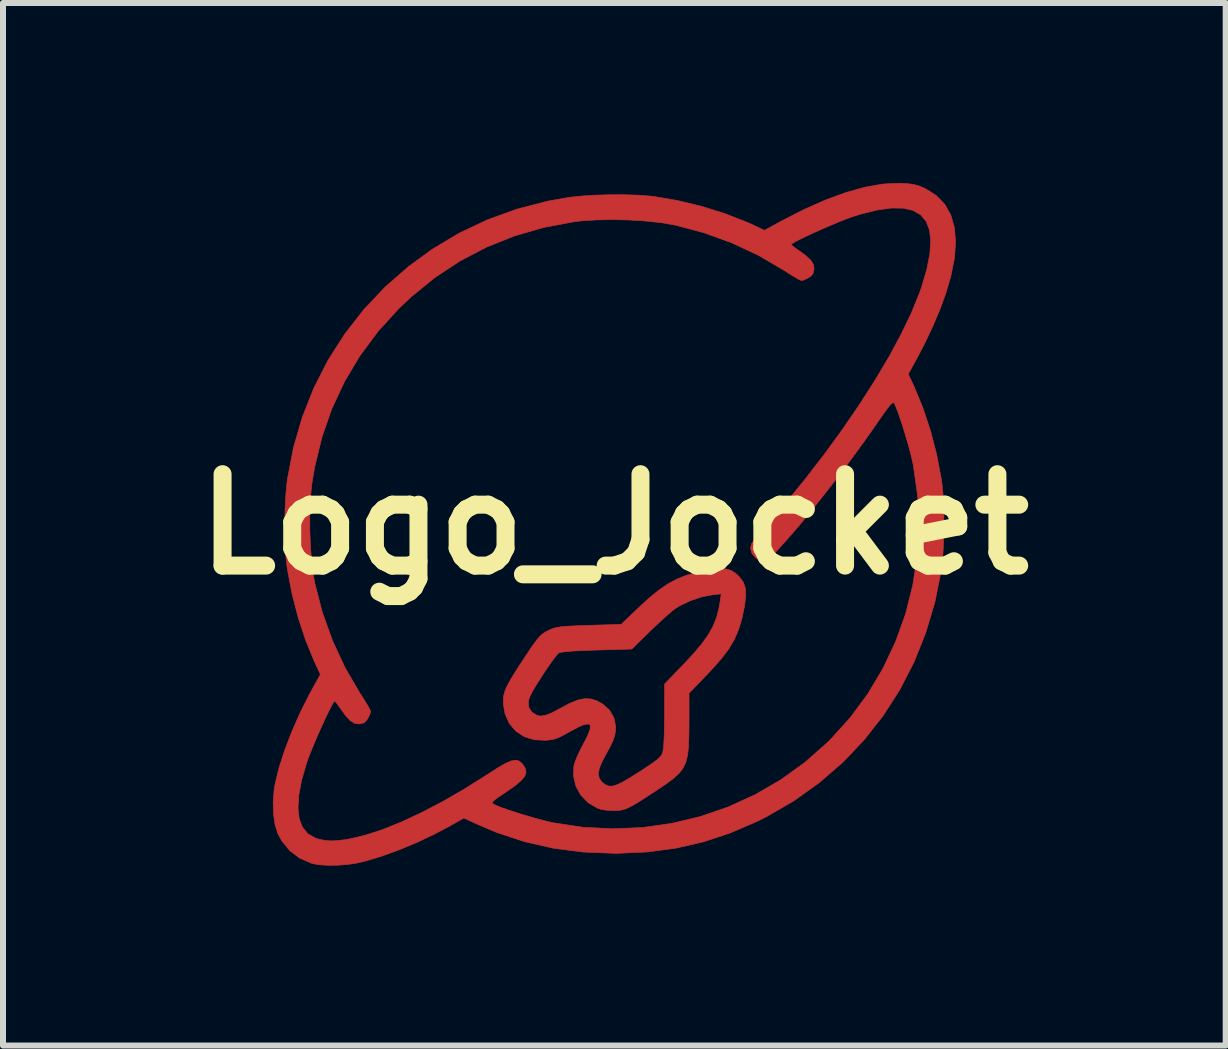
<source format=kicad_pcb>
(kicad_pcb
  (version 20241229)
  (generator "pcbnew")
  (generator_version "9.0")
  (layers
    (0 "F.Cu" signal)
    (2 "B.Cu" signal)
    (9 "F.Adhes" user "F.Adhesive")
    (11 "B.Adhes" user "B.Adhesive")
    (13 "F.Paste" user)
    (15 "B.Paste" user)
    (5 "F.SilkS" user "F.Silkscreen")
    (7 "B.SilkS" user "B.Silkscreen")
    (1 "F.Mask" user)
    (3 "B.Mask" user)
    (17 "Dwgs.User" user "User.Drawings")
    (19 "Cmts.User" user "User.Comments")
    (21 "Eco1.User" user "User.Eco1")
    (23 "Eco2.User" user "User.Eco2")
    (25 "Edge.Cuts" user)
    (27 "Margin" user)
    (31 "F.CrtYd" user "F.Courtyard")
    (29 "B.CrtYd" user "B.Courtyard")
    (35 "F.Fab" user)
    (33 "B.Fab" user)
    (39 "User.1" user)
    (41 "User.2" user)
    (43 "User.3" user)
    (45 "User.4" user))
  (footprint "Logo_Jocket"
    (layer "F.Cu")
    (at 7.192 5.69)
    (property "Reference" "Logo_Jocket" (at 0 0 0) (layer "F.SilkS") (effects (font (size 1.524 1.524) (thickness 0.3))))
    (attr through_hole)
    (fp_poly (pts (xy 1.864 0.746) (xy 1.948 0.771) (xy 2.023 0.819) (xy 2.087 0.88) (xy 2.15 0.966) (xy 2.184 1.065) (xy 2.191 1.188) (xy 2.173 1.345) (xy 2.171 1.361) (xy 2.127 1.571) (xy 2.072 1.754) (xy 2.001 1.92) (xy 1.907 2.079) (xy 1.784 2.241) (xy 1.628 2.418) (xy 1.556 2.494) (xy 1.245 2.816) (xy 1.245 3.309) (xy 1.243 3.529) (xy 1.237 3.707) (xy 1.221 3.85) (xy 1.192 3.966) (xy 1.147 4.063) (xy 1.081 4.15) (xy 0.991 4.233) (xy 0.873 4.322) (xy 0.722 4.423) (xy 0.705 4.435) (xy 0.541 4.542) (xy 0.413 4.624) (xy 0.312 4.684) (xy 0.232 4.726) (xy 0.165 4.752) (xy 0.105 4.767) (xy 0.045 4.773) (xy -0.023 4.774) (xy -0.126 4.768) (xy -0.222 4.752) (xy -0.278 4.735) (xy -0.437 4.641) (xy -0.56 4.515) (xy -0.642 4.365) (xy -0.681 4.195) (xy -0.675 4.032) (xy -0.656 3.964) (xy -0.617 3.866) (xy -0.564 3.754) (xy -0.52 3.67) (xy -0.447 3.528) (xy -0.406 3.425) (xy -0.399 3.359) (xy -0.427 3.33) (xy -0.491 3.336) (xy -0.592 3.376) (xy -0.731 3.45) (xy -0.748 3.459) (xy -0.86 3.521) (xy -0.944 3.562) (xy -1.017 3.585) (xy -1.093 3.597) (xy -1.151 3.602) (xy -1.34 3.592) (xy -1.506 3.539) (xy -1.644 3.447) (xy -1.751 3.321) (xy -1.821 3.163) (xy -1.848 3.013) (xy -1.849 2.98) (xy -1.434 2.98) (xy -1.423 3.062) (xy -1.381 3.123) (xy -1.363 3.14) (xy -1.298 3.182) (xy -1.228 3.198) (xy -1.143 3.184) (xy -1.036 3.141) (xy -0.913 3.075) (xy -0.746 2.987) (xy -0.609 2.931) (xy -0.492 2.907) (xy -0.386 2.913) (xy -0.283 2.948) (xy -0.195 2.997) (xy -0.081 3.098) (xy -0.007 3.226) (xy 0.022 3.374) (xy 0.02 3.438) (xy 0.007 3.518) (xy -0.022 3.606) (xy -0.073 3.713) (xy -0.127 3.811) (xy -0.205 3.958) (xy -0.252 4.074) (xy -0.267 4.164) (xy -0.252 4.236) (xy -0.209 4.295) (xy -0.195 4.308) (xy -0.143 4.346) (xy -0.09 4.366) (xy -0.031 4.366) (xy 0.043 4.344) (xy 0.138 4.298) (xy 0.261 4.227) (xy 0.409 4.133) (xy 0.547 4.043) (xy 0.648 3.974) (xy 0.718 3.921) (xy 0.763 3.878) (xy 0.791 3.841) (xy 0.805 3.809) (xy 0.817 3.746) (xy 0.826 3.635) (xy 0.833 3.479) (xy 0.836 3.282) (xy 0.837 3.192) (xy 0.838 2.663) (xy 1.145 2.345) (xy 1.319 2.159) (xy 1.457 1.995) (xy 1.564 1.846) (xy 1.644 1.704) (xy 1.702 1.561) (xy 1.742 1.408) (xy 1.764 1.285) (xy 1.782 1.161) (xy 1.63 1.177) (xy 1.456 1.211) (xy 1.27 1.273) (xy 1.098 1.354) (xy 1.022 1.401) (xy 0.962 1.447) (xy 0.876 1.521) (xy 0.773 1.614) (xy 0.661 1.719) (xy 0.596 1.781) (xy 0.291 2.08) (xy -0.293 2.097) (xy -0.515 2.105) (xy -0.688 2.114) (xy -0.814 2.124) (xy -0.894 2.135) (xy -0.928 2.146) (xy -0.959 2.178) (xy -1.011 2.244) (xy -1.078 2.338) (xy -1.155 2.45) (xy -1.207 2.53) (xy -1.295 2.668) (xy -1.358 2.773) (xy -1.399 2.851) (xy -1.423 2.91) (xy -1.433 2.958) (xy -1.434 2.98) (xy -1.849 2.98) (xy -1.851 2.937) (xy -1.846 2.867) (xy -1.829 2.796) (xy -1.797 2.716) (xy -1.747 2.62) (xy -1.676 2.501) (xy -1.581 2.352) (xy -1.517 2.255) (xy -1.421 2.109) (xy -1.346 2) (xy -1.286 1.92) (xy -1.236 1.863) (xy -1.189 1.822) (xy -1.139 1.79) (xy -1.081 1.762) (xy -1.061 1.753) (xy -1.014 1.735) (xy -0.961 1.721) (xy -0.894 1.71) (xy -0.805 1.701) (xy -0.685 1.695) (xy -0.527 1.688) (xy -0.414 1.685) (xy 0.114 1.669) (xy 0.389 1.406) (xy 0.575 1.234) (xy 0.741 1.099) (xy 0.895 0.993) (xy 1.048 0.912) (xy 1.207 0.849) (xy 1.384 0.801) (xy 1.453 0.786) (xy 1.625 0.754) (xy 1.759 0.74) (xy 1.864 0.746)) (stroke (width 0.01) (type solid)) (fill yes) (layer "F.Cu"))
    (fp_poly (pts (xy 4.779 -5.684) (xy 4.906 -5.676) (xy 5 -5.662) (xy 5.08 -5.64) (xy 5.163 -5.605) (xy 5.191 -5.592) (xy 5.37 -5.478) (xy 5.51 -5.332) (xy 5.609 -5.156) (xy 5.669 -4.947) (xy 5.689 -4.708) (xy 5.67 -4.438) (xy 5.61 -4.136) (xy 5.525 -3.847) (xy 5.429 -3.584) (xy 5.308 -3.298) (xy 5.171 -3.009) (xy 5.045 -2.767) (xy 4.9 -2.503) (xy 5.001 -2.287) (xy 5.145 -1.936) (xy 5.272 -1.554) (xy 5.375 -1.155) (xy 5.45 -0.758) (xy 5.464 -0.66) (xy 5.48 -0.494) (xy 5.49 -0.292) (xy 5.494 -0.069) (xy 5.492 0.162) (xy 5.484 0.385) (xy 5.471 0.587) (xy 5.453 0.753) (xy 5.451 0.765) (xy 5.344 1.297) (xy 5.192 1.807) (xy 4.998 2.294) (xy 4.761 2.755) (xy 4.484 3.188) (xy 4.167 3.592) (xy 3.813 3.964) (xy 3.423 4.303) (xy 2.999 4.607) (xy 2.541 4.873) (xy 2.375 4.956) (xy 1.928 5.148) (xy 1.481 5.296) (xy 1.025 5.4) (xy 0.553 5.463) (xy 0.055 5.486) (xy 0 5.486) (xy -0.521 5.465) (xy -1.017 5.401) (xy -1.496 5.292) (xy -1.96 5.139) (xy -2.289 4.999) (xy -2.508 4.898) (xy -2.74 5.029) (xy -3.015 5.174) (xy -3.304 5.31) (xy -3.595 5.431) (xy -3.877 5.533) (xy -4.139 5.612) (xy -4.298 5.65) (xy -4.447 5.672) (xy -4.611 5.684) (xy -4.774 5.686) (xy -4.92 5.677) (xy -5.034 5.657) (xy -5.047 5.653) (xy -5.246 5.566) (xy -5.412 5.44) (xy -5.545 5.277) (xy -5.609 5.159) (xy -5.655 5.014) (xy -5.682 4.835) (xy -5.685 4.726) (xy -5.274 4.726) (xy -5.254 4.907) (xy -5.199 5.051) (xy -5.11 5.16) (xy -4.986 5.231) (xy -4.939 5.246) (xy -4.833 5.27) (xy -4.732 5.279) (xy -4.62 5.275) (xy -4.48 5.257) (xy -4.414 5.246) (xy -4.155 5.185) (xy -3.865 5.091) (xy -3.549 4.963) (xy -3.212 4.806) (xy -2.858 4.621) (xy -2.493 4.41) (xy -2.12 4.175) (xy -2.08 4.149) (xy -1.928 4.051) (xy -1.809 3.984) (xy -1.717 3.945) (xy -1.646 3.933) (xy -1.59 3.947) (xy -1.543 3.984) (xy -1.526 4.004) (xy -1.484 4.071) (xy -1.472 4.135) (xy -1.493 4.199) (xy -1.551 4.27) (xy -1.647 4.352) (xy -1.785 4.45) (xy -1.817 4.471) (xy -1.922 4.541) (xy -1.989 4.59) (xy -2.025 4.623) (xy -2.034 4.646) (xy -2.022 4.662) (xy -2.02 4.663) (xy -1.971 4.688) (xy -1.883 4.723) (xy -1.766 4.764) (xy -1.628 4.809) (xy -1.48 4.855) (xy -1.331 4.898) (xy -1.192 4.936) (xy -1.071 4.966) (xy -1.029 4.975) (xy -0.528 5.051) (xy -0.028 5.077) (xy 0.469 5.056) (xy 0.958 4.987) (xy 1.436 4.872) (xy 1.901 4.712) (xy 2.348 4.508) (xy 2.774 4.26) (xy 3.176 3.971) (xy 3.551 3.64) (xy 3.596 3.596) (xy 3.932 3.225) (xy 4.227 2.826) (xy 4.479 2.402) (xy 4.689 1.957) (xy 4.855 1.495) (xy 4.975 1.018) (xy 5.05 0.53) (xy 5.077 0.034) (xy 5.057 -0.466) (xy 4.987 -0.967) (xy 4.975 -1.029) (xy 4.95 -1.137) (xy 4.916 -1.269) (xy 4.874 -1.414) (xy 4.83 -1.563) (xy 4.784 -1.706) (xy 4.741 -1.833) (xy 4.703 -1.935) (xy 4.674 -2.002) (xy 4.665 -2.018) (xy 4.65 -2.027) (xy 4.629 -2.017) (xy 4.596 -1.985) (xy 4.547 -1.924) (xy 4.48 -1.831) (xy 4.389 -1.701) (xy 4.369 -1.671) (xy 4.174 -1.393) (xy 3.964 -1.105) (xy 3.746 -0.814) (xy 3.524 -0.528) (xy 3.306 -0.253) (xy 3.096 0.003) (xy 2.9 0.231) (xy 2.726 0.425) (xy 2.701 0.451) (xy 2.606 0.543) (xy 2.53 0.595) (xy 2.464 0.61) (xy 2.399 0.589) (xy 2.356 0.559) (xy 2.293 0.485) (xy 2.271 0.398) (xy 2.289 0.323) (xy 2.318 0.28) (xy 2.372 0.211) (xy 2.443 0.127) (xy 2.487 0.076) (xy 2.841 -0.335) (xy 3.181 -0.752) (xy 3.505 -1.172) (xy 3.81 -1.591) (xy 4.092 -2.004) (xy 4.35 -2.407) (xy 4.581 -2.796) (xy 4.781 -3.167) (xy 4.949 -3.515) (xy 5.081 -3.838) (xy 5.125 -3.962) (xy 5.21 -4.253) (xy 5.26 -4.507) (xy 5.274 -4.725) (xy 5.254 -4.906) (xy 5.197 -5.051) (xy 5.105 -5.16) (xy 4.977 -5.233) (xy 4.813 -5.27) (xy 4.613 -5.272) (xy 4.376 -5.238) (xy 4.103 -5.169) (xy 3.968 -5.127) (xy 3.87 -5.091) (xy 3.75 -5.044) (xy 3.616 -4.988) (xy 3.476 -4.928) (xy 3.338 -4.866) (xy 3.209 -4.806) (xy 3.098 -4.752) (xy 3.012 -4.708) (xy 2.959 -4.676) (xy 2.946 -4.663) (xy 2.966 -4.643) (xy 3.016 -4.605) (xy 3.067 -4.569) (xy 3.193 -4.478) (xy 3.276 -4.4) (xy 3.32 -4.328) (xy 3.33 -4.256) (xy 3.312 -4.179) (xy 3.277 -4.138) (xy 3.215 -4.097) (xy 3.149 -4.069) (xy 3.119 -4.064) (xy 3.085 -4.077) (xy 3.02 -4.114) (xy 2.931 -4.167) (xy 2.832 -4.231) (xy 2.413 -4.478) (xy 1.965 -4.689) (xy 1.495 -4.859) (xy 1.014 -4.987) (xy 0.991 -4.992) (xy 0.768 -5.029) (xy 0.511 -5.056) (xy 0.233 -5.073) (xy -0.049 -5.079) (xy -0.321 -5.073) (xy -0.568 -5.056) (xy -0.668 -5.044) (xy -1.179 -4.948) (xy -1.667 -4.806) (xy -2.134 -4.619) (xy -2.577 -4.387) (xy -2.995 -4.111) (xy -3.389 -3.79) (xy -3.595 -3.595) (xy -3.94 -3.215) (xy -4.241 -2.81) (xy -4.497 -2.381) (xy -4.709 -1.928) (xy -4.875 -1.452) (xy -4.996 -0.954) (xy -5.044 -0.668) (xy -5.067 -0.438) (xy -5.078 -0.175) (xy -5.077 0.104) (xy -5.065 0.385) (xy -5.043 0.654) (xy -5.01 0.894) (xy -4.992 0.991) (xy -4.867 1.472) (xy -4.698 1.942) (xy -4.489 2.392) (xy -4.244 2.812) (xy -4.231 2.832) (xy -4.166 2.933) (xy -4.113 3.022) (xy -4.077 3.087) (xy -4.064 3.119) (xy -4.079 3.177) (xy -4.114 3.244) (xy -4.157 3.297) (xy -4.179 3.312) (xy -4.259 3.33) (xy -4.331 3.319) (xy -4.403 3.273) (xy -4.482 3.188) (xy -4.569 3.067) (xy -4.615 3.002) (xy -4.65 2.958) (xy -4.663 2.946) (xy -4.683 2.969) (xy -4.717 3.03) (xy -4.764 3.123) (xy -4.82 3.239) (xy -4.88 3.371) (xy -4.942 3.51) (xy -5.002 3.649) (xy -5.056 3.781) (xy -5.101 3.896) (xy -5.127 3.968) (xy -5.211 4.256) (xy -5.26 4.509) (xy -5.274 4.726) (xy -5.685 4.726) (xy -5.688 4.636) (xy -5.672 4.43) (xy -5.653 4.316) (xy -5.589 4.057) (xy -5.497 3.771) (xy -5.381 3.468) (xy -5.246 3.16) (xy -5.095 2.857) (xy -5.032 2.741) (xy -4.9 2.504) (xy -5.001 2.287) (xy -5.145 1.937) (xy -5.271 1.555) (xy -5.374 1.157) (xy -5.449 0.762) (xy -5.464 0.66) (xy -5.481 0.474) (xy -5.492 0.253) (xy -5.495 0.012) (xy -5.49 -0.233) (xy -5.479 -0.467) (xy -5.46 -0.674) (xy -5.451 -0.748) (xy -5.35 -1.275) (xy -5.203 -1.782) (xy -5.011 -2.268) (xy -4.775 -2.731) (xy -4.497 -3.168) (xy -4.179 -3.576) (xy -3.821 -3.955) (xy -3.425 -4.301) (xy -3.035 -4.585) (xy -2.589 -4.852) (xy -2.118 -5.075) (xy -1.625 -5.253) (xy -1.114 -5.386) (xy -0.748 -5.451) (xy -0.557 -5.471) (xy -0.334 -5.486) (xy -0.094 -5.493) (xy 0.148 -5.494) (xy 0.378 -5.487) (xy 0.579 -5.473) (xy 0.66 -5.464) (xy 1.053 -5.397) (xy 1.452 -5.301) (xy 1.839 -5.18) (xy 2.199 -5.04) (xy 2.287 -5.001) (xy 2.503 -4.9) (xy 2.767 -5.045) (xy 3.151 -5.242) (xy 3.516 -5.404) (xy 3.861 -5.531) (xy 4.182 -5.62) (xy 4.477 -5.672) (xy 4.744 -5.685) (xy 4.779 -5.684)) (stroke (width 0.01) (type solid)) (fill yes) (layer "F.Cu")))
  (gr_rect
    (start -3 -3)
    (end 17.384 14.381)
    (stroke (width 0.1) (type default))
    (fill no)
    (layer "Edge.Cuts")))
</source>
